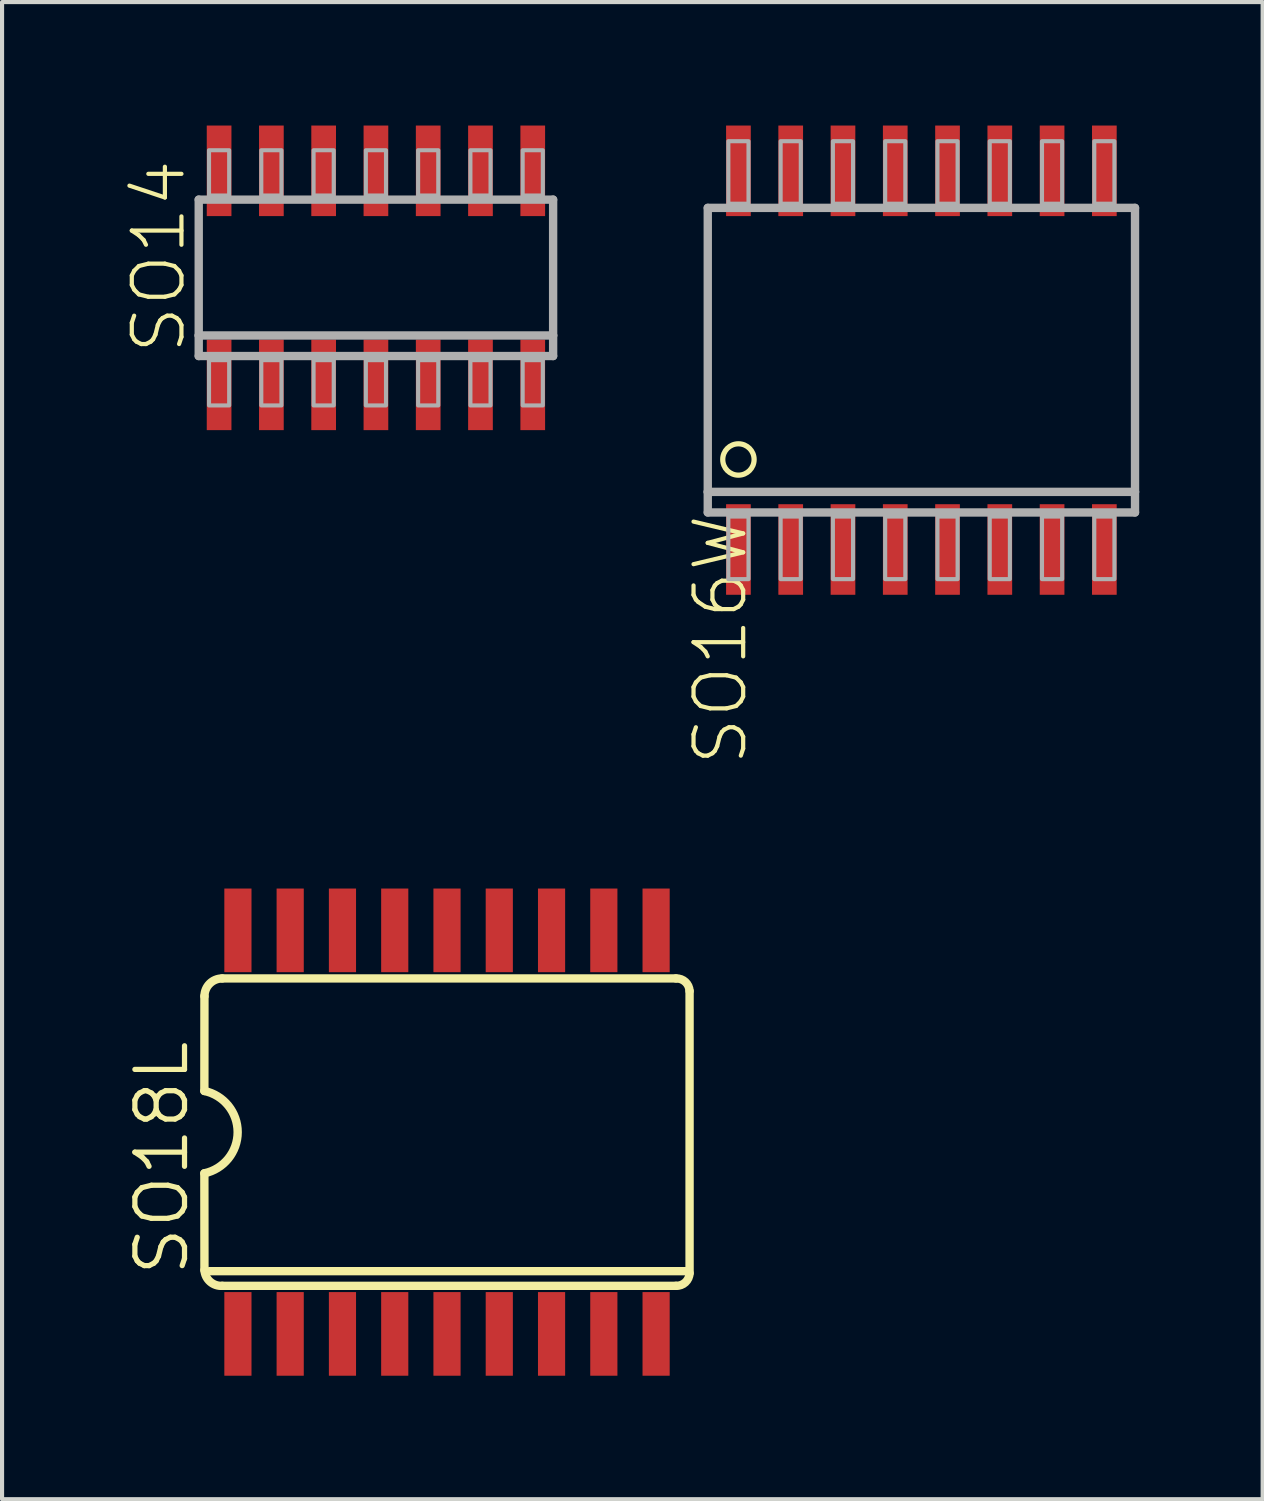
<source format=kicad_pcb>
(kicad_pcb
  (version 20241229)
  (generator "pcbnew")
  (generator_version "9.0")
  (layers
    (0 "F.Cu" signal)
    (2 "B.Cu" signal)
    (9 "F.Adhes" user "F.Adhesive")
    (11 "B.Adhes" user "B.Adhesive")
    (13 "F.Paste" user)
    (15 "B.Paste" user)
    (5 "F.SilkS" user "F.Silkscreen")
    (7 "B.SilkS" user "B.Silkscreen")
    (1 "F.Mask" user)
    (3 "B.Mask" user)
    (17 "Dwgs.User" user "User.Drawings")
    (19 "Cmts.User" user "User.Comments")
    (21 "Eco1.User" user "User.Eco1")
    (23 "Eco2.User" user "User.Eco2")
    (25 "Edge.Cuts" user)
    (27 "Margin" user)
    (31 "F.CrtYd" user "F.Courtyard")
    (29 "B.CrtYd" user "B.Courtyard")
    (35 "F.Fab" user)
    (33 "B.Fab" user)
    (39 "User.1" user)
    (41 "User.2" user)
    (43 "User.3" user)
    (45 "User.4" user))
  (footprint "SO16W"
    (layer "F.Cu")
    (at 19.335 5.7)
    (property "Reference" "SO16W" (at -5.588 3.683 90) (layer "F.SilkS") (effects (font (size 1.206 1.206) (thickness 0.102)) (justify right top)))
    (attr through_hole)
    (fp_circle (center -4.445 2.413) (end -4.064 2.413) (stroke (width 0.127) (type solid)) (fill no) (layer "F.SilkS"))
    (fp_line (start -5.19 -3.7) (end 5.19 -3.7) (stroke (width 0.203) (type solid)) (layer "F.Fab"))
    (fp_line (start -5.19 3.2) (end -5.19 -3.7) (stroke (width 0.203) (type solid)) (layer "F.Fab"))
    (fp_line (start -5.19 3.7) (end -5.19 3.2) (stroke (width 0.203) (type solid)) (layer "F.Fab"))
    (fp_line (start 5.19 -3.7) (end 5.19 3.2) (stroke (width 0.203) (type solid)) (layer "F.Fab"))
    (fp_line (start 5.19 3.2) (end -5.19 3.2) (stroke (width 0.203) (type solid)) (layer "F.Fab"))
    (fp_line (start 5.19 3.2) (end 5.19 3.7) (stroke (width 0.203) (type solid)) (layer "F.Fab"))
    (fp_line (start 5.19 3.7) (end -5.19 3.7) (stroke (width 0.203) (type solid)) (layer "F.Fab"))
    (fp_poly (pts (xy -4.69 -3.8) (xy -4.2 -3.8) (xy -4.2 -5.32) (xy -4.69 -5.32)) (stroke (width 0.1) (type solid)) (fill no) (layer "F.Fab"))
    (fp_poly (pts (xy -4.69 5.32) (xy -4.2 5.32) (xy -4.2 3.8) (xy -4.69 3.8)) (stroke (width 0.1) (type solid)) (fill no) (layer "F.Fab"))
    (fp_poly (pts (xy -3.42 -3.8) (xy -2.93 -3.8) (xy -2.93 -5.32) (xy -3.42 -5.32)) (stroke (width 0.1) (type solid)) (fill no) (layer "F.Fab"))
    (fp_poly (pts (xy -3.42 5.32) (xy -2.93 5.32) (xy -2.93 3.8) (xy -3.42 3.8)) (stroke (width 0.1) (type solid)) (fill no) (layer "F.Fab"))
    (fp_poly (pts (xy -2.15 -3.8) (xy -1.66 -3.8) (xy -1.66 -5.32) (xy -2.15 -5.32)) (stroke (width 0.1) (type solid)) (fill no) (layer "F.Fab"))
    (fp_poly (pts (xy -2.15 5.32) (xy -1.66 5.32) (xy -1.66 3.8) (xy -2.15 3.8)) (stroke (width 0.1) (type solid)) (fill no) (layer "F.Fab"))
    (fp_poly (pts (xy -0.88 -3.8) (xy -0.39 -3.8) (xy -0.39 -5.32) (xy -0.88 -5.32)) (stroke (width 0.1) (type solid)) (fill no) (layer "F.Fab"))
    (fp_poly (pts (xy -0.88 5.32) (xy -0.39 5.32) (xy -0.39 3.8) (xy -0.88 3.8)) (stroke (width 0.1) (type solid)) (fill no) (layer "F.Fab"))
    (fp_poly (pts (xy 0.39 -3.8) (xy 0.88 -3.8) (xy 0.88 -5.32) (xy 0.39 -5.32)) (stroke (width 0.1) (type solid)) (fill no) (layer "F.Fab"))
    (fp_poly (pts (xy 0.39 5.32) (xy 0.88 5.32) (xy 0.88 3.8) (xy 0.39 3.8)) (stroke (width 0.1) (type solid)) (fill no) (layer "F.Fab"))
    (fp_poly (pts (xy 1.66 -3.8) (xy 2.15 -3.8) (xy 2.15 -5.32) (xy 1.66 -5.32)) (stroke (width 0.1) (type solid)) (fill no) (layer "F.Fab"))
    (fp_poly (pts (xy 1.66 5.32) (xy 2.15 5.32) (xy 2.15 3.8) (xy 1.66 3.8)) (stroke (width 0.1) (type solid)) (fill no) (layer "F.Fab"))
    (fp_poly (pts (xy 2.93 -3.8) (xy 3.42 -3.8) (xy 3.42 -5.32) (xy 2.93 -5.32)) (stroke (width 0.1) (type solid)) (fill no) (layer "F.Fab"))
    (fp_poly (pts (xy 2.93 5.32) (xy 3.42 5.32) (xy 3.42 3.8) (xy 2.93 3.8)) (stroke (width 0.1) (type solid)) (fill no) (layer "F.Fab"))
    (fp_poly (pts (xy 4.2 -3.8) (xy 4.69 -3.8) (xy 4.69 -5.32) (xy 4.2 -5.32)) (stroke (width 0.1) (type solid)) (fill no) (layer "F.Fab"))
    (fp_poly (pts (xy 4.2 5.32) (xy 4.69 5.32) (xy 4.69 3.8) (xy 4.2 3.8)) (stroke (width 0.1) (type solid)) (fill no) (layer "F.Fab"))
    (pad "1" smd rect (at -4.445 4.6) (size 0.6 2.2) (layers "F.Cu" "F.Mask" "F.Paste"))
    (pad "2" smd rect (at -3.175 4.6) (size 0.6 2.2) (layers "F.Cu" "F.Mask" "F.Paste"))
    (pad "3" smd rect (at -1.905 4.6) (size 0.6 2.2) (layers "F.Cu" "F.Mask" "F.Paste"))
    (pad "4" smd rect (at -0.635 4.6) (size 0.6 2.2) (layers "F.Cu" "F.Mask" "F.Paste"))
    (pad "5" smd rect (at 0.635 4.6) (size 0.6 2.2) (layers "F.Cu" "F.Mask" "F.Paste"))
    (pad "6" smd rect (at 1.905 4.6) (size 0.6 2.2) (layers "F.Cu" "F.Mask" "F.Paste"))
    (pad "7" smd rect (at 3.175 4.6) (size 0.6 2.2) (layers "F.Cu" "F.Mask" "F.Paste"))
    (pad "8" smd rect (at 4.445 4.6) (size 0.6 2.2) (layers "F.Cu" "F.Mask" "F.Paste"))
    (pad "9" smd rect (at 4.445 -4.6) (size 0.6 2.2) (layers "F.Cu" "F.Mask" "F.Paste"))
    (pad "10" smd rect (at 3.175 -4.6) (size 0.6 2.2) (layers "F.Cu" "F.Mask" "F.Paste"))
    (pad "11" smd rect (at 1.905 -4.6) (size 0.6 2.2) (layers "F.Cu" "F.Mask" "F.Paste"))
    (pad "12" smd rect (at 0.635 -4.6) (size 0.6 2.2) (layers "F.Cu" "F.Mask" "F.Paste"))
    (pad "13" smd rect (at -0.635 -4.6) (size 0.6 2.2) (layers "F.Cu" "F.Mask" "F.Paste"))
    (pad "14" smd rect (at -1.905 -4.6) (size 0.6 2.2) (layers "F.Cu" "F.Mask" "F.Paste"))
    (pad "15" smd rect (at -3.175 -4.6) (size 0.6 2.2) (layers "F.Cu" "F.Mask" "F.Paste"))
    (pad "16" smd rect (at -4.445 -4.6) (size 0.6 2.2) (layers "F.Cu" "F.Mask" "F.Paste")))
  (footprint "SO18L"
    (layer "F.Cu")
    (at 3.365 24.455)
    (property "Reference" "SO18L" (at -1.778 3.556 90) (layer "F.SilkS") (effects (font (size 1.206 1.206) (thickness 0.127)) (justify left bottom)))
    (attr through_hole)
    (fp_line (start -1.45 1) (end -1.448 3.353) (stroke (width 0.203) (type solid)) (layer "F.SilkS"))
    (fp_line (start -1.448 -3.302) (end -1.45 -1) (stroke (width 0.203) (type solid)) (layer "F.SilkS"))
    (fp_line (start -1.327 3.378) (end 10.262 3.378) (stroke (width 0.203) (type solid)) (layer "F.SilkS"))
    (fp_line (start -1.016 3.734) (end 10.008 3.734) (stroke (width 0.203) (type solid)) (layer "F.SilkS"))
    (fp_line (start 10.008 -3.734) (end -1.016 -3.734) (stroke (width 0.203) (type solid)) (layer "F.SilkS"))
    (fp_line (start 10.338 3.429) (end 10.338 -3.429) (stroke (width 0.203) (type solid)) (layer "F.SilkS"))
    (fp_arc (start -1.45 -1) (mid -0.640646 0) (end -1.45 1) (stroke (width 0.2032) (type solid)) (layer "F.SilkS"))
    (fp_arc (start -1.4478 -3.302) (mid -1.321329 -3.607329) (end -1.016 -3.7338) (stroke (width 0.2032) (type solid)) (layer "F.SilkS"))
    (fp_arc (start -1.016 3.7338) (mid -1.310808 3.632729) (end -1.4478 3.3528) (stroke (width 0.2032) (type solid)) (layer "F.SilkS"))
    (fp_arc (start 10.0076 -3.7338) (mid 10.235881 -3.649844) (end 10.3378 -3.428998) (stroke (width 0.2032) (type solid)) (layer "F.SilkS"))
    (fp_arc (start 10.3378 3.428998) (mid 10.235881 3.649844) (end 10.0076 3.7338) (stroke (width 0.2032) (type solid)) (layer "F.SilkS"))
    (pad "1" smd rect (at -0.635 4.902) (size 0.66 2.032) (layers "F.Cu" "F.Mask" "F.Paste"))
    (pad "2" smd rect (at 0.635 4.902) (size 0.66 2.032) (layers "F.Cu" "F.Mask" "F.Paste"))
    (pad "3" smd rect (at 1.905 4.902) (size 0.66 2.032) (layers "F.Cu" "F.Mask" "F.Paste"))
    (pad "4" smd rect (at 3.175 4.902) (size 0.66 2.032) (layers "F.Cu" "F.Mask" "F.Paste"))
    (pad "5" smd rect (at 4.445 4.902) (size 0.66 2.032) (layers "F.Cu" "F.Mask" "F.Paste"))
    (pad "6" smd rect (at 5.715 4.902) (size 0.66 2.032) (layers "F.Cu" "F.Mask" "F.Paste"))
    (pad "7" smd rect (at 6.985 4.902) (size 0.66 2.032) (layers "F.Cu" "F.Mask" "F.Paste"))
    (pad "8" smd rect (at 8.255 4.902) (size 0.66 2.032) (layers "F.Cu" "F.Mask" "F.Paste"))
    (pad "9" smd rect (at 9.525 4.902) (size 0.66 2.032) (layers "F.Cu" "F.Mask" "F.Paste"))
    (pad "10" smd rect (at 9.525 -4.902) (size 0.66 2.032) (layers "F.Cu" "F.Mask" "F.Paste"))
    (pad "11" smd rect (at 8.255 -4.902) (size 0.66 2.032) (layers "F.Cu" "F.Mask" "F.Paste"))
    (pad "12" smd rect (at 6.985 -4.902) (size 0.66 2.032) (layers "F.Cu" "F.Mask" "F.Paste"))
    (pad "13" smd rect (at 5.715 -4.902) (size 0.66 2.032) (layers "F.Cu" "F.Mask" "F.Paste"))
    (pad "14" smd rect (at 4.445 -4.902) (size 0.66 2.032) (layers "F.Cu" "F.Mask" "F.Paste"))
    (pad "15" smd rect (at 3.175 -4.902) (size 0.66 2.032) (layers "F.Cu" "F.Mask" "F.Paste"))
    (pad "16" smd rect (at 1.905 -4.902) (size 0.66 2.032) (layers "F.Cu" "F.Mask" "F.Paste"))
    (pad "17" smd rect (at 0.635 -4.902) (size 0.66 2.032) (layers "F.Cu" "F.Mask" "F.Paste"))
    (pad "18" smd rect (at -0.635 -4.902) (size 0.66 2.032) (layers "F.Cu" "F.Mask" "F.Paste")))
  (footprint "SO14"
    (layer "F.Cu")
    (at 6.083 3.7)
    (property "Reference" "SO14" (at -4.572 1.905 90) (layer "F.SilkS") (effects (font (size 1.206 1.206) (thickness 0.102)) (justify left bottom)))
    (attr through_hole)
    (fp_line (start -4.305 -1.9) (end 4.305 -1.9) (stroke (width 0.203) (type solid)) (layer "F.Fab"))
    (fp_line (start -4.305 1.4) (end -4.305 -1.9) (stroke (width 0.203) (type solid)) (layer "F.Fab"))
    (fp_line (start -4.305 1.9) (end -4.305 1.4) (stroke (width 0.203) (type solid)) (layer "F.Fab"))
    (fp_line (start 4.305 -1.9) (end 4.305 1.4) (stroke (width 0.203) (type solid)) (layer "F.Fab"))
    (fp_line (start 4.305 1.4) (end -4.305 1.4) (stroke (width 0.203) (type solid)) (layer "F.Fab"))
    (fp_line (start 4.305 1.4) (end 4.305 1.9) (stroke (width 0.203) (type solid)) (layer "F.Fab"))
    (fp_line (start 4.305 1.9) (end -4.305 1.9) (stroke (width 0.203) (type solid)) (layer "F.Fab"))
    (fp_poly (pts (xy -4.055 -2) (xy -3.565 -2) (xy -3.565 -3.1) (xy -4.055 -3.1)) (stroke (width 0.1) (type solid)) (fill no) (layer "F.Fab"))
    (fp_poly (pts (xy -4.055 3.1) (xy -3.565 3.1) (xy -3.565 2) (xy -4.055 2)) (stroke (width 0.1) (type solid)) (fill no) (layer "F.Fab"))
    (fp_poly (pts (xy -2.785 -2) (xy -2.295 -2) (xy -2.295 -3.1) (xy -2.785 -3.1)) (stroke (width 0.1) (type solid)) (fill no) (layer "F.Fab"))
    (fp_poly (pts (xy -2.785 3.1) (xy -2.295 3.1) (xy -2.295 2) (xy -2.785 2)) (stroke (width 0.1) (type solid)) (fill no) (layer "F.Fab"))
    (fp_poly (pts (xy -1.515 -2) (xy -1.025 -2) (xy -1.025 -3.1) (xy -1.515 -3.1)) (stroke (width 0.1) (type solid)) (fill no) (layer "F.Fab"))
    (fp_poly (pts (xy -1.515 3.1) (xy -1.025 3.1) (xy -1.025 2) (xy -1.515 2)) (stroke (width 0.1) (type solid)) (fill no) (layer "F.Fab"))
    (fp_poly (pts (xy -0.245 -2) (xy 0.245 -2) (xy 0.245 -3.1) (xy -0.245 -3.1)) (stroke (width 0.1) (type solid)) (fill no) (layer "F.Fab"))
    (fp_poly (pts (xy -0.245 3.1) (xy 0.245 3.1) (xy 0.245 2) (xy -0.245 2)) (stroke (width 0.1) (type solid)) (fill no) (layer "F.Fab"))
    (fp_poly (pts (xy 1.025 -2) (xy 1.515 -2) (xy 1.515 -3.1) (xy 1.025 -3.1)) (stroke (width 0.1) (type solid)) (fill no) (layer "F.Fab"))
    (fp_poly (pts (xy 1.025 3.1) (xy 1.515 3.1) (xy 1.515 2) (xy 1.025 2)) (stroke (width 0.1) (type solid)) (fill no) (layer "F.Fab"))
    (fp_poly (pts (xy 2.295 -2) (xy 2.785 -2) (xy 2.785 -3.1) (xy 2.295 -3.1)) (stroke (width 0.1) (type solid)) (fill no) (layer "F.Fab"))
    (fp_poly (pts (xy 2.295 3.1) (xy 2.785 3.1) (xy 2.785 2) (xy 2.295 2)) (stroke (width 0.1) (type solid)) (fill no) (layer "F.Fab"))
    (fp_poly (pts (xy 3.565 -2) (xy 4.055 -2) (xy 4.055 -3.1) (xy 3.565 -3.1)) (stroke (width 0.1) (type solid)) (fill no) (layer "F.Fab"))
    (fp_poly (pts (xy 3.565 3.1) (xy 4.055 3.1) (xy 4.055 2) (xy 3.565 2)) (stroke (width 0.1) (type solid)) (fill no) (layer "F.Fab"))
    (pad "1" smd rect (at -3.81 2.6) (size 0.6 2.2) (layers "F.Cu" "F.Mask" "F.Paste"))
    (pad "2" smd rect (at -2.54 2.6) (size 0.6 2.2) (layers "F.Cu" "F.Mask" "F.Paste"))
    (pad "3" smd rect (at -1.27 2.6) (size 0.6 2.2) (layers "F.Cu" "F.Mask" "F.Paste"))
    (pad "4" smd rect (at 0 2.6) (size 0.6 2.2) (layers "F.Cu" "F.Mask" "F.Paste"))
    (pad "5" smd rect (at 1.27 2.6) (size 0.6 2.2) (layers "F.Cu" "F.Mask" "F.Paste"))
    (pad "6" smd rect (at 2.54 2.6) (size 0.6 2.2) (layers "F.Cu" "F.Mask" "F.Paste"))
    (pad "7" smd rect (at 3.81 2.6) (size 0.6 2.2) (layers "F.Cu" "F.Mask" "F.Paste"))
    (pad "8" smd rect (at 3.81 -2.6) (size 0.6 2.2) (layers "F.Cu" "F.Mask" "F.Paste"))
    (pad "9" smd rect (at 2.54 -2.6) (size 0.6 2.2) (layers "F.Cu" "F.Mask" "F.Paste"))
    (pad "10" smd rect (at 1.27 -2.6) (size 0.6 2.2) (layers "F.Cu" "F.Mask" "F.Paste"))
    (pad "11" smd rect (at 0 -2.6) (size 0.6 2.2) (layers "F.Cu" "F.Mask" "F.Paste"))
    (pad "12" smd rect (at -1.27 -2.6) (size 0.6 2.2) (layers "F.Cu" "F.Mask" "F.Paste"))
    (pad "13" smd rect (at -2.54 -2.6) (size 0.6 2.2) (layers "F.Cu" "F.Mask" "F.Paste"))
    (pad "14" smd rect (at -3.81 -2.6) (size 0.6 2.2) (layers "F.Cu" "F.Mask" "F.Paste")))
  (gr_rect
    (start -3 -3)
    (end 27.626 33.373)
    (stroke (width 0.1) (type default))
    (fill no)
    (layer "Edge.Cuts")))
</source>
